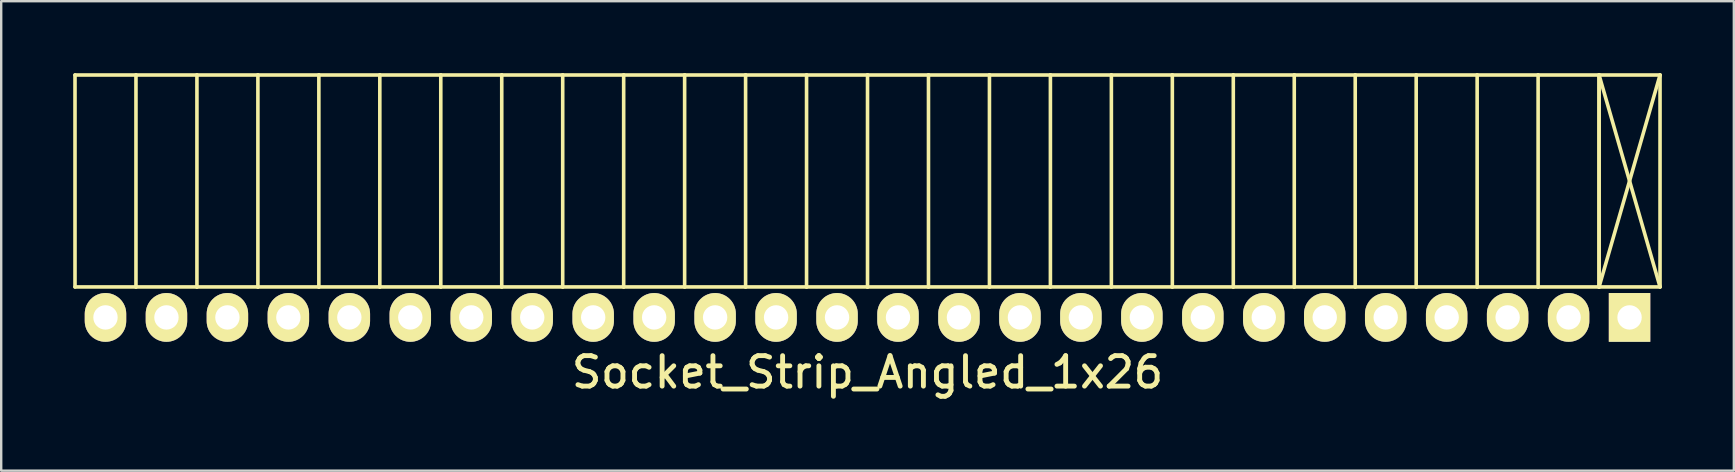
<source format=kicad_pcb>
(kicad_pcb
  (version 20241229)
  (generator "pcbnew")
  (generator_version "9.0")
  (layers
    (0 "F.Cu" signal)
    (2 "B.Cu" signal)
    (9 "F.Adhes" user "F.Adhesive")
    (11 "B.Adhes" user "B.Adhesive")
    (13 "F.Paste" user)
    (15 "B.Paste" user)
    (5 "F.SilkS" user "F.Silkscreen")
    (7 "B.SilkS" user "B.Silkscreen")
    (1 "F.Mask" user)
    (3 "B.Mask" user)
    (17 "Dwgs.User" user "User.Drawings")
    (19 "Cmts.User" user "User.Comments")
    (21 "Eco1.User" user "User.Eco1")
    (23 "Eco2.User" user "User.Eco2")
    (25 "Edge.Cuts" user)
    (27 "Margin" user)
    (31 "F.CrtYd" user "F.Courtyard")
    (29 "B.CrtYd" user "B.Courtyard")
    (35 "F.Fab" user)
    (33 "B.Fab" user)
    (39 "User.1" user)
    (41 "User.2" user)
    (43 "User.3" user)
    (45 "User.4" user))
  (footprint "Socket_Strip_Angled_1x26"
    (layer "F.Cu")
    (at 33.095 10.175)
    (property "Reference" "Socket_Strip_Angled_1x26" (at 0 2.286 0) (layer "F.SilkS") (effects (font (size 1.27 1.27) (thickness 0.203))))
    (attr through_hole)
    (fp_line (start -33.02 -10.1) (end -33.02 -1.27) (stroke (width 0.15) (type solid)) (layer "F.SilkS"))
    (fp_line (start -30.48 -10.1) (end -33.02 -10.1) (stroke (width 0.15) (type solid)) (layer "F.SilkS"))
    (fp_line (start -30.48 -10.1) (end -30.48 -1.27) (stroke (width 0.15) (type solid)) (layer "F.SilkS"))
    (fp_line (start -30.48 -1.27) (end -33.02 -1.27) (stroke (width 0.15) (type solid)) (layer "F.SilkS"))
    (fp_line (start -27.94 -10.1) (end -30.48 -10.1) (stroke (width 0.15) (type solid)) (layer "F.SilkS"))
    (fp_line (start -27.94 -10.1) (end -27.94 -1.27) (stroke (width 0.15) (type solid)) (layer "F.SilkS"))
    (fp_line (start -27.94 -1.27) (end -30.48 -1.27) (stroke (width 0.15) (type solid)) (layer "F.SilkS"))
    (fp_line (start -25.4 -10.1) (end -27.94 -10.1) (stroke (width 0.15) (type solid)) (layer "F.SilkS"))
    (fp_line (start -25.4 -10.1) (end -25.4 -1.27) (stroke (width 0.15) (type solid)) (layer "F.SilkS"))
    (fp_line (start -25.4 -1.27) (end -27.94 -1.27) (stroke (width 0.15) (type solid)) (layer "F.SilkS"))
    (fp_line (start -22.86 -10.1) (end -25.4 -10.1) (stroke (width 0.15) (type solid)) (layer "F.SilkS"))
    (fp_line (start -22.86 -10.1) (end -22.86 -1.27) (stroke (width 0.15) (type solid)) (layer "F.SilkS"))
    (fp_line (start -22.86 -1.27) (end -25.4 -1.27) (stroke (width 0.15) (type solid)) (layer "F.SilkS"))
    (fp_line (start -20.32 -10.1) (end -22.86 -10.1) (stroke (width 0.15) (type solid)) (layer "F.SilkS"))
    (fp_line (start -20.32 -10.1) (end -20.32 -1.27) (stroke (width 0.15) (type solid)) (layer "F.SilkS"))
    (fp_line (start -20.32 -1.27) (end -22.86 -1.27) (stroke (width 0.15) (type solid)) (layer "F.SilkS"))
    (fp_line (start -17.78 -10.1) (end -20.32 -10.1) (stroke (width 0.15) (type solid)) (layer "F.SilkS"))
    (fp_line (start -17.78 -10.1) (end -17.78 -1.27) (stroke (width 0.15) (type solid)) (layer "F.SilkS"))
    (fp_line (start -17.78 -1.27) (end -20.32 -1.27) (stroke (width 0.15) (type solid)) (layer "F.SilkS"))
    (fp_line (start -15.24 -10.1) (end -17.78 -10.1) (stroke (width 0.15) (type solid)) (layer "F.SilkS"))
    (fp_line (start -15.24 -10.1) (end -15.24 -1.27) (stroke (width 0.15) (type solid)) (layer "F.SilkS"))
    (fp_line (start -15.24 -1.27) (end -17.78 -1.27) (stroke (width 0.15) (type solid)) (layer "F.SilkS"))
    (fp_line (start -12.7 -10.1) (end -15.24 -10.1) (stroke (width 0.15) (type solid)) (layer "F.SilkS"))
    (fp_line (start -12.7 -10.1) (end -12.7 -1.27) (stroke (width 0.15) (type solid)) (layer "F.SilkS"))
    (fp_line (start -12.7 -1.27) (end -15.24 -1.27) (stroke (width 0.15) (type solid)) (layer "F.SilkS"))
    (fp_line (start -10.16 -10.1) (end -12.7 -10.1) (stroke (width 0.15) (type solid)) (layer "F.SilkS"))
    (fp_line (start -10.16 -10.1) (end -10.16 -1.27) (stroke (width 0.15) (type solid)) (layer "F.SilkS"))
    (fp_line (start -10.16 -1.27) (end -12.7 -1.27) (stroke (width 0.15) (type solid)) (layer "F.SilkS"))
    (fp_line (start -7.62 -10.1) (end -10.16 -10.1) (stroke (width 0.15) (type solid)) (layer "F.SilkS"))
    (fp_line (start -7.62 -10.1) (end -7.62 -1.27) (stroke (width 0.15) (type solid)) (layer "F.SilkS"))
    (fp_line (start -7.62 -1.27) (end -10.16 -1.27) (stroke (width 0.15) (type solid)) (layer "F.SilkS"))
    (fp_line (start -5.08 -10.1) (end -7.62 -10.1) (stroke (width 0.15) (type solid)) (layer "F.SilkS"))
    (fp_line (start -5.08 -10.1) (end -5.08 -1.27) (stroke (width 0.15) (type solid)) (layer "F.SilkS"))
    (fp_line (start -5.08 -1.27) (end -7.62 -1.27) (stroke (width 0.15) (type solid)) (layer "F.SilkS"))
    (fp_line (start -2.54 -10.1) (end -5.08 -10.1) (stroke (width 0.15) (type solid)) (layer "F.SilkS"))
    (fp_line (start -2.54 -10.1) (end -2.54 -1.27) (stroke (width 0.15) (type solid)) (layer "F.SilkS"))
    (fp_line (start -2.54 -1.27) (end -5.08 -1.27) (stroke (width 0.15) (type solid)) (layer "F.SilkS"))
    (fp_line (start 0 -10.1) (end -2.54 -10.1) (stroke (width 0.15) (type solid)) (layer "F.SilkS"))
    (fp_line (start 0 -10.1) (end 0 -1.27) (stroke (width 0.15) (type solid)) (layer "F.SilkS"))
    (fp_line (start 0 -1.27) (end -2.54 -1.27) (stroke (width 0.15) (type solid)) (layer "F.SilkS"))
    (fp_line (start 2.54 -10.1) (end 0 -10.1) (stroke (width 0.15) (type solid)) (layer "F.SilkS"))
    (fp_line (start 2.54 -10.1) (end 2.54 -1.27) (stroke (width 0.15) (type solid)) (layer "F.SilkS"))
    (fp_line (start 2.54 -1.27) (end 0 -1.27) (stroke (width 0.15) (type solid)) (layer "F.SilkS"))
    (fp_line (start 5.08 -10.1) (end 2.54 -10.1) (stroke (width 0.15) (type solid)) (layer "F.SilkS"))
    (fp_line (start 5.08 -10.1) (end 5.08 -1.27) (stroke (width 0.15) (type solid)) (layer "F.SilkS"))
    (fp_line (start 5.08 -1.27) (end 2.54 -1.27) (stroke (width 0.15) (type solid)) (layer "F.SilkS"))
    (fp_line (start 7.62 -10.1) (end 5.08 -10.1) (stroke (width 0.15) (type solid)) (layer "F.SilkS"))
    (fp_line (start 7.62 -10.1) (end 7.62 -1.27) (stroke (width 0.15) (type solid)) (layer "F.SilkS"))
    (fp_line (start 7.62 -1.27) (end 5.08 -1.27) (stroke (width 0.15) (type solid)) (layer "F.SilkS"))
    (fp_line (start 10.16 -10.1) (end 7.62 -10.1) (stroke (width 0.15) (type solid)) (layer "F.SilkS"))
    (fp_line (start 10.16 -10.1) (end 10.16 -1.27) (stroke (width 0.15) (type solid)) (layer "F.SilkS"))
    (fp_line (start 10.16 -1.27) (end 7.62 -1.27) (stroke (width 0.15) (type solid)) (layer "F.SilkS"))
    (fp_line (start 12.7 -10.1) (end 10.16 -10.1) (stroke (width 0.15) (type solid)) (layer "F.SilkS"))
    (fp_line (start 12.7 -10.1) (end 12.7 -1.27) (stroke (width 0.15) (type solid)) (layer "F.SilkS"))
    (fp_line (start 12.7 -1.27) (end 10.16 -1.27) (stroke (width 0.15) (type solid)) (layer "F.SilkS"))
    (fp_line (start 15.24 -10.1) (end 12.7 -10.1) (stroke (width 0.15) (type solid)) (layer "F.SilkS"))
    (fp_line (start 15.24 -10.1) (end 15.24 -1.27) (stroke (width 0.15) (type solid)) (layer "F.SilkS"))
    (fp_line (start 15.24 -1.27) (end 12.7 -1.27) (stroke (width 0.15) (type solid)) (layer "F.SilkS"))
    (fp_line (start 17.78 -10.1) (end 15.24 -10.1) (stroke (width 0.15) (type solid)) (layer "F.SilkS"))
    (fp_line (start 17.78 -10.1) (end 17.78 -1.27) (stroke (width 0.15) (type solid)) (layer "F.SilkS"))
    (fp_line (start 17.78 -1.27) (end 15.24 -1.27) (stroke (width 0.15) (type solid)) (layer "F.SilkS"))
    (fp_line (start 20.32 -10.1) (end 17.78 -10.1) (stroke (width 0.15) (type solid)) (layer "F.SilkS"))
    (fp_line (start 20.32 -10.1) (end 20.32 -1.27) (stroke (width 0.15) (type solid)) (layer "F.SilkS"))
    (fp_line (start 20.32 -1.27) (end 17.78 -1.27) (stroke (width 0.15) (type solid)) (layer "F.SilkS"))
    (fp_line (start 22.86 -10.1) (end 20.32 -10.1) (stroke (width 0.15) (type solid)) (layer "F.SilkS"))
    (fp_line (start 22.86 -10.1) (end 22.86 -1.27) (stroke (width 0.15) (type solid)) (layer "F.SilkS"))
    (fp_line (start 22.86 -1.27) (end 20.32 -1.27) (stroke (width 0.15) (type solid)) (layer "F.SilkS"))
    (fp_line (start 25.4 -10.1) (end 22.86 -10.1) (stroke (width 0.15) (type solid)) (layer "F.SilkS"))
    (fp_line (start 25.4 -10.1) (end 25.4 -1.27) (stroke (width 0.15) (type solid)) (layer "F.SilkS"))
    (fp_line (start 25.4 -1.27) (end 22.86 -1.27) (stroke (width 0.15) (type solid)) (layer "F.SilkS"))
    (fp_line (start 27.94 -10.1) (end 25.4 -10.1) (stroke (width 0.15) (type solid)) (layer "F.SilkS"))
    (fp_line (start 27.94 -10.1) (end 27.94 -1.27) (stroke (width 0.15) (type solid)) (layer "F.SilkS"))
    (fp_line (start 27.94 -1.27) (end 25.4 -1.27) (stroke (width 0.15) (type solid)) (layer "F.SilkS"))
    (fp_line (start 30.48 -10.1) (end 27.94 -10.1) (stroke (width 0.15) (type solid)) (layer "F.SilkS"))
    (fp_line (start 30.48 -10.1) (end 30.48 -1.27) (stroke (width 0.15) (type solid)) (layer "F.SilkS"))
    (fp_line (start 30.48 -1.27) (end 27.94 -1.27) (stroke (width 0.15) (type solid)) (layer "F.SilkS"))
    (fp_line (start 30.48 -1.27) (end 30.48 -10.1) (stroke (width 0.15) (type solid)) (layer "F.SilkS"))
    (fp_line (start 33.02 -10.1) (end 30.48 -10.1) (stroke (width 0.15) (type solid)) (layer "F.SilkS"))
    (fp_line (start 33.02 -10.1) (end 30.48 -1.27) (stroke (width 0.15) (type solid)) (layer "F.SilkS"))
    (fp_line (start 33.02 -1.27) (end 30.48 -10.1) (stroke (width 0.15) (type solid)) (layer "F.SilkS"))
    (fp_line (start 33.02 -1.27) (end 30.48 -1.27) (stroke (width 0.15) (type solid)) (layer "F.SilkS"))
    (fp_line (start 33.02 -1.27) (end 33.02 -10.1) (stroke (width 0.15) (type solid)) (layer "F.SilkS"))
    (pad "1" thru_hole rect (at 31.75 0 180) (size 1.727 2.032) (drill 1.016) (layers "*.Cu" "*.Mask" "F.SilkS"))
    (pad "2" thru_hole oval (at 29.21 0 180) (size 1.727 2.032) (drill 1.016) (layers "*.Cu" "*.Mask" "F.SilkS"))
    (pad "3" thru_hole oval (at 26.67 0 180) (size 1.727 2.032) (drill 1.016) (layers "*.Cu" "*.Mask" "F.SilkS"))
    (pad "4" thru_hole oval (at 24.13 0 180) (size 1.727 2.032) (drill 1.016) (layers "*.Cu" "*.Mask" "F.SilkS"))
    (pad "5" thru_hole oval (at 21.59 0 180) (size 1.727 2.032) (drill 1.016) (layers "*.Cu" "*.Mask" "F.SilkS"))
    (pad "6" thru_hole oval (at 19.05 0 180) (size 1.727 2.032) (drill 1.016) (layers "*.Cu" "*.Mask" "F.SilkS"))
    (pad "7" thru_hole oval (at 16.51 0 180) (size 1.727 2.032) (drill 1.016) (layers "*.Cu" "*.Mask" "F.SilkS"))
    (pad "8" thru_hole oval (at 13.97 0 180) (size 1.727 2.032) (drill 1.016) (layers "*.Cu" "*.Mask" "F.SilkS"))
    (pad "9" thru_hole oval (at 11.43 0 180) (size 1.727 2.032) (drill 1.016) (layers "*.Cu" "*.Mask" "F.SilkS"))
    (pad "10" thru_hole oval (at 8.89 0 180) (size 1.727 2.032) (drill 1.016) (layers "*.Cu" "*.Mask" "F.SilkS"))
    (pad "11" thru_hole oval (at 6.35 0 180) (size 1.727 2.032) (drill 1.016) (layers "*.Cu" "*.Mask" "F.SilkS"))
    (pad "12" thru_hole oval (at 3.81 0 180) (size 1.727 2.032) (drill 1.016) (layers "*.Cu" "*.Mask" "F.SilkS"))
    (pad "13" thru_hole oval (at 1.27 0 180) (size 1.727 2.032) (drill 1.016) (layers "*.Cu" "*.Mask" "F.SilkS"))
    (pad "14" thru_hole oval (at -1.27 0 180) (size 1.727 2.032) (drill 1.016) (layers "*.Cu" "*.Mask" "F.SilkS"))
    (pad "15" thru_hole oval (at -3.81 0 180) (size 1.727 2.032) (drill 1.016) (layers "*.Cu" "*.Mask" "F.SilkS"))
    (pad "16" thru_hole oval (at -6.35 0 180) (size 1.727 2.032) (drill 1.016) (layers "*.Cu" "*.Mask" "F.SilkS"))
    (pad "17" thru_hole oval (at -8.89 0 180) (size 1.727 2.032) (drill 1.016) (layers "*.Cu" "*.Mask" "F.SilkS"))
    (pad "18" thru_hole oval (at -11.43 0 180) (size 1.727 2.032) (drill 1.016) (layers "*.Cu" "*.Mask" "F.SilkS"))
    (pad "19" thru_hole oval (at -13.97 0 180) (size 1.727 2.032) (drill 1.016) (layers "*.Cu" "*.Mask" "F.SilkS"))
    (pad "20" thru_hole oval (at -16.51 0 180) (size 1.727 2.032) (drill 1.016) (layers "*.Cu" "*.Mask" "F.SilkS"))
    (pad "21" thru_hole oval (at -19.05 0 180) (size 1.727 2.032) (drill 1.016) (layers "*.Cu" "*.Mask" "F.SilkS"))
    (pad "22" thru_hole oval (at -21.59 0 180) (size 1.727 2.032) (drill 1.016) (layers "*.Cu" "*.Mask" "F.SilkS"))
    (pad "23" thru_hole oval (at -24.13 0 180) (size 1.727 2.032) (drill 1.016) (layers "*.Cu" "*.Mask" "F.SilkS"))
    (pad "24" thru_hole oval (at -26.67 0 180) (size 1.727 2.032) (drill 1.016) (layers "*.Cu" "*.Mask" "F.SilkS"))
    (pad "25" thru_hole oval (at -29.21 0 180) (size 1.727 2.032) (drill 1.016) (layers "*.Cu" "*.Mask" "F.SilkS"))
    (pad "26" thru_hole oval (at -31.75 0 180) (size 1.727 2.032) (drill 1.016) (layers "*.Cu" "*.Mask" "F.SilkS")))
  (gr_rect
    (start -3 -3)
    (end 69.19 16.561)
    (stroke (width 0.1) (type default))
    (fill no)
    (layer "Edge.Cuts")))
</source>
